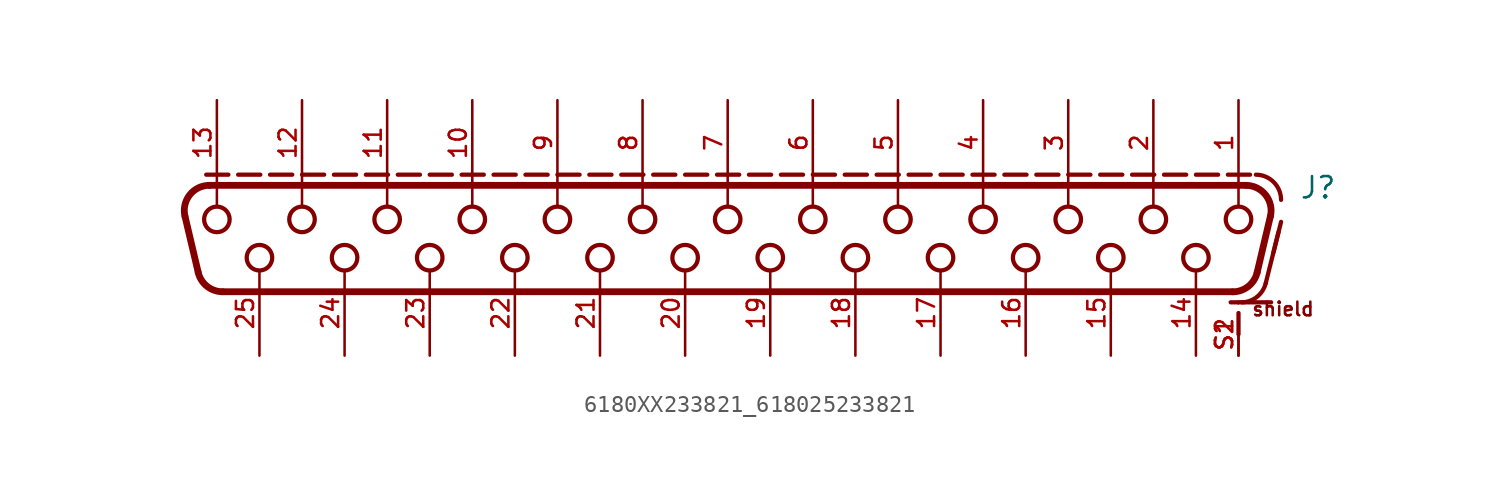
<source format=kicad_sym>
(kicad_symbol_lib
  (version 20231120)
  (generator "kicad_symbol_editor")
  (generator_version "8.0")
  (symbol "6180XX233821_618025233821"
    (pin_names
      (offset 1.016))
    (property "Reference" "J"
      (at 34.1 1.66 0)
      (effects (font (size 1.27 1.27)) (justify left bottom)))
    (symbol "6180XX233821_618025233821_0_0"
      (arc (start -31.5929 -2.6548) (mid -31.0669 -3.4839) (end -30.1331 -3.81) (stroke (width 0.4064) (type default)) (fill (type none)))
      (arc (start -30.9244 2.54) (mid -32.1006 1.9708) (end -32.3842 0.6952) (stroke (width 0.4064) (type default)) (fill (type none)))
      (circle (center -30.48 0.508) (radius 0.762) (stroke (width 0.254) (type default)) (fill (type none)))
      (circle (center -27.94 -1.778) (radius 0.762) (stroke (width 0.254) (type default)) (fill (type none)))
      (circle (center -25.4 0.508) (radius 0.762) (stroke (width 0.254) (type default)) (fill (type none)))
      (circle (center -22.86 -1.778) (radius 0.762) (stroke (width 0.254) (type default)) (fill (type none)))
      (circle (center -20.32 0.508) (radius 0.762) (stroke (width 0.254) (type default)) (fill (type none)))
      (circle (center -17.78 -1.778) (radius 0.762) (stroke (width 0.254) (type default)) (fill (type none)))
      (circle (center -15.24 0.508) (radius 0.762) (stroke (width 0.254) (type default)) (fill (type none)))
      (circle (center -12.7 -1.778) (radius 0.762) (stroke (width 0.254) (type default)) (fill (type none)))
      (circle (center -10.16 0.508) (radius 0.762) (stroke (width 0.254) (type default)) (fill (type none)))
      (circle (center -7.62 -1.778) (radius 0.762) (stroke (width 0.254) (type default)) (fill (type none)))
      (circle (center -5.08 0.508) (radius 0.762) (stroke (width 0.254) (type default)) (fill (type none)))
      (circle (center -2.54 -1.778) (radius 0.762) (stroke (width 0.254) (type default)) (fill (type none)))
      (polyline (pts (xy -31.593 -2.655) (xy -32.384 0.695)) (stroke (width 0.406) (type default)) (fill (type none)))
      (polyline (pts (xy -31.115 3.175) (xy -29.793 3.175)) (stroke (width 0.254) (type default)) (fill (type none)))
      (polyline (pts (xy -30.924 2.54) (xy 30.924 2.54)) (stroke (width 0.406) (type default)) (fill (type none)))
      (polyline (pts (xy -30.48 2.58) (xy -30.48 1.3)) (stroke (width 0.152) (type default)) (fill (type none)))
      (polyline (pts (xy -29.21 3.175) (xy -27.888 3.175)) (stroke (width 0.254) (type default)) (fill (type none)))
      (polyline (pts (xy -27.305 3.175) (xy -25.983 3.175)) (stroke (width 0.254) (type default)) (fill (type none)))
      (polyline (pts (xy -25.4 2.58) (xy -25.4 1.3)) (stroke (width 0.152) (type default)) (fill (type none)))
      (polyline (pts (xy -25.4 3.175) (xy -24.078 3.175)) (stroke (width 0.254) (type default)) (fill (type none)))
      (polyline (pts (xy -23.495 3.175) (xy -22.173 3.175)) (stroke (width 0.254) (type default)) (fill (type none)))
      (polyline (pts (xy -21.59 3.175) (xy -20.268 3.175)) (stroke (width 0.254) (type default)) (fill (type none)))
      (polyline (pts (xy -20.32 2.58) (xy -20.32 1.3)) (stroke (width 0.152) (type default)) (fill (type none)))
      (polyline (pts (xy -19.685 3.175) (xy -18.363 3.175)) (stroke (width 0.254) (type default)) (fill (type none)))
      (polyline (pts (xy -17.78 3.175) (xy -16.458 3.175)) (stroke (width 0.254) (type default)) (fill (type none)))
      (polyline (pts (xy -15.875 3.175) (xy -14.553 3.175)) (stroke (width 0.254) (type default)) (fill (type none)))
      (polyline (pts (xy -15.24 2.58) (xy -15.24 1.3)) (stroke (width 0.152) (type default)) (fill (type none)))
      (polyline (pts (xy -13.97 3.175) (xy -12.648 3.175)) (stroke (width 0.254) (type default)) (fill (type none)))
      (polyline (pts (xy -12.065 3.175) (xy -10.743 3.175)) (stroke (width 0.254) (type default)) (fill (type none)))
      (polyline (pts (xy -10.16 2.58) (xy -10.16 1.3)) (stroke (width 0.152) (type default)) (fill (type none)))
      (polyline (pts (xy -10.16 3.175) (xy -8.838 3.175)) (stroke (width 0.254) (type default)) (fill (type none)))
      (polyline (pts (xy -8.255 3.175) (xy -6.933 3.175)) (stroke (width 0.254) (type default)) (fill (type none)))
      (polyline (pts (xy -6.35 3.175) (xy -5.028 3.175)) (stroke (width 0.254) (type default)) (fill (type none)))
      (polyline (pts (xy -5.08 2.58) (xy -5.08 1.3)) (stroke (width 0.152) (type default)) (fill (type none)))
      (polyline (pts (xy -4.445 3.175) (xy -3.123 3.175)) (stroke (width 0.254) (type default)) (fill (type none)))
      (polyline (pts (xy -2.54 3.175) (xy -1.218 3.175)) (stroke (width 0.254) (type default)) (fill (type none)))
      (polyline (pts (xy -0.635 3.175) (xy 0.687 3.175)) (stroke (width 0.254) (type default)) (fill (type none)))
      (polyline (pts (xy 0 2.58) (xy 0 1.3)) (stroke (width 0.152) (type default)) (fill (type none)))
      (polyline (pts (xy 1.27 3.175) (xy 2.592 3.175)) (stroke (width 0.254) (type default)) (fill (type none)))
      (polyline (pts (xy 3.175 3.175) (xy 4.497 3.175)) (stroke (width 0.254) (type default)) (fill (type none)))
      (polyline (pts (xy 5.08 2.58) (xy 5.08 1.3)) (stroke (width 0.152) (type default)) (fill (type none)))
      (polyline (pts (xy 5.08 3.175) (xy 6.402 3.175)) (stroke (width 0.254) (type default)) (fill (type none)))
      (polyline (pts (xy 6.985 3.175) (xy 8.307 3.175)) (stroke (width 0.254) (type default)) (fill (type none)))
      (polyline (pts (xy 8.89 3.175) (xy 10.212 3.175)) (stroke (width 0.254) (type default)) (fill (type none)))
      (polyline (pts (xy 10.16 2.58) (xy 10.16 1.3)) (stroke (width 0.152) (type default)) (fill (type none)))
      (polyline (pts (xy 10.795 3.175) (xy 12.117 3.175)) (stroke (width 0.254) (type default)) (fill (type none)))
      (polyline (pts (xy 12.7 3.175) (xy 14.022 3.175)) (stroke (width 0.254) (type default)) (fill (type none)))
      (polyline (pts (xy 14.605 3.175) (xy 15.927 3.175)) (stroke (width 0.254) (type default)) (fill (type none)))
      (polyline (pts (xy 15.24 2.58) (xy 15.24 1.3)) (stroke (width 0.152) (type default)) (fill (type none)))
      (polyline (pts (xy 16.51 3.175) (xy 17.832 3.175)) (stroke (width 0.254) (type default)) (fill (type none)))
      (polyline (pts (xy 18.415 3.175) (xy 19.737 3.175)) (stroke (width 0.254) (type default)) (fill (type none)))
      (polyline (pts (xy 20.32 2.58) (xy 20.32 1.3)) (stroke (width 0.152) (type default)) (fill (type none)))
      (polyline (pts (xy 20.32 3.175) (xy 21.642 3.175)) (stroke (width 0.254) (type default)) (fill (type none)))
      (polyline (pts (xy 22.225 3.175) (xy 23.547 3.175)) (stroke (width 0.254) (type default)) (fill (type none)))
      (polyline (pts (xy 24.13 3.175) (xy 25.452 3.175)) (stroke (width 0.254) (type default)) (fill (type none)))
      (polyline (pts (xy 25.4 2.58) (xy 25.4 1.3)) (stroke (width 0.152) (type default)) (fill (type none)))
      (polyline (pts (xy 26.035 3.175) (xy 27.357 3.175)) (stroke (width 0.254) (type default)) (fill (type none)))
      (polyline (pts (xy 27.94 3.175) (xy 29.262 3.175)) (stroke (width 0.254) (type default)) (fill (type none)))
      (polyline (pts (xy 29.845 3.175) (xy 31.167 3.175)) (stroke (width 0.254) (type default)) (fill (type none)))
      (polyline (pts (xy 30.133 -3.81) (xy -30.133 -3.81)) (stroke (width 0.406) (type default)) (fill (type none)))
      (polyline (pts (xy 30.48 -6.35) (xy 30.48 -5.08)) (stroke (width 0.254) (type default)) (fill (type none)))
      (polyline (pts (xy 30.48 -4.445) (xy 30.48 -4.445)) (stroke (width 0.254) (type default)) (fill (type none)))
      (polyline (pts (xy 30.48 2.58) (xy 30.48 1.3)) (stroke (width 0.152) (type default)) (fill (type none)))
      (polyline (pts (xy 30.52 -4.44) (xy 30.014 -4.44)) (stroke (width 0.254) (type default)) (fill (type none)))
      (polyline (pts (xy 32.104 -3.304) (xy 32.866 -0.256)) (stroke (width 0.254) (type default)) (fill (type none)))
      (polyline (pts (xy 32.384 0.695) (xy 31.593 -2.655)) (stroke (width 0.406) (type default)) (fill (type none)))
      (polyline (pts (xy 32.425 -4.44) (xy 30.649 -4.44)) (stroke (width 0.254) (type default)) (fill (type none)))
      (polyline (pts (xy 32.566 -1.456) (xy 33.02 0.36)) (stroke (width 0.254) (type default)) (fill (type none)))
      (circle (center 0 0.508) (radius 0.762) (stroke (width 0.254) (type default)) (fill (type none)))
      (circle (center 2.54 -1.778) (radius 0.762) (stroke (width 0.254) (type default)) (fill (type none)))
      (circle (center 5.08 0.508) (radius 0.762) (stroke (width 0.254) (type default)) (fill (type none)))
      (circle (center 7.62 -1.778) (radius 0.762) (stroke (width 0.254) (type default)) (fill (type none)))
      (circle (center 10.16 0.508) (radius 0.762) (stroke (width 0.254) (type default)) (fill (type none)))
      (circle (center 12.7 -1.778) (radius 0.762) (stroke (width 0.254) (type default)) (fill (type none)))
      (circle (center 15.24 0.508) (radius 0.762) (stroke (width 0.254) (type default)) (fill (type none)))
      (circle (center 17.78 -1.778) (radius 0.762) (stroke (width 0.254) (type default)) (fill (type none)))
      (circle (center 20.32 0.508) (radius 0.762) (stroke (width 0.254) (type default)) (fill (type none)))
      (circle (center 22.86 -1.778) (radius 0.762) (stroke (width 0.254) (type default)) (fill (type none)))
      (circle (center 25.4 0.508) (radius 0.762) (stroke (width 0.254) (type default)) (fill (type none)))
      (circle (center 27.94 -1.778) (radius 0.762) (stroke (width 0.254) (type default)) (fill (type none)))
      (arc (start 30.1331 -3.81) (mid 31.0609 -3.4886) (end 31.5929 -2.6548) (stroke (width 0.4064) (type default)) (fill (type none)))
      (circle (center 30.48 0.508) (radius 0.762) (stroke (width 0.254) (type default)) (fill (type none)))
      (arc (start 30.6488 -4.44) (mid 31.5725 -4.1228) (end 32.1041 -3.3038) (stroke (width 0.254) (type default)) (fill (type none)))
      (arc (start 32.3842 0.6952) (mid 32.0983 1.9738) (end 30.9244 2.54) (stroke (width 0.4064) (type default)) (fill (type none)))
      (arc (start 33.02 1.675) (mid 32.5807 2.7357) (end 31.52 3.175) (stroke (width 0.254) (type default)) (fill (type none)))
      (text "shield" (at 31.22 -5.32 0) (effects (font (size 0.813 0.813)) (justify left bottom)))
      (pin bidirectional line (at 30.48 7.62 270) (length 5.08) (name "~" (effects (font (size 1.016 1.016)))) (number "1" (effects (font (size 1.016 1.016)))))
      (pin bidirectional line (at -15.24 7.62 270) (length 5.08) (name "~" (effects (font (size 1.016 1.016)))) (number "10" (effects (font (size 1.016 1.016)))))
      (pin bidirectional line (at -20.32 7.62 270) (length 5.08) (name "~" (effects (font (size 1.016 1.016)))) (number "11" (effects (font (size 1.016 1.016)))))
      (pin bidirectional line (at -25.4 7.62 270) (length 5.08) (name "~" (effects (font (size 1.016 1.016)))) (number "12" (effects (font (size 1.016 1.016)))))
      (pin bidirectional line (at -30.48 7.62 270) (length 5.08) (name "~" (effects (font (size 1.016 1.016)))) (number "13" (effects (font (size 1.016 1.016)))))
      (pin bidirectional line (at 27.94 -7.62 90) (length 5.08) (name "~" (effects (font (size 1.016 1.016)))) (number "14" (effects (font (size 1.016 1.016)))))
      (pin bidirectional line (at 22.86 -7.62 90) (length 5.08) (name "~" (effects (font (size 1.016 1.016)))) (number "15" (effects (font (size 1.016 1.016)))))
      (pin bidirectional line (at 17.78 -7.62 90) (length 5.08) (name "~" (effects (font (size 1.016 1.016)))) (number "16" (effects (font (size 1.016 1.016)))))
      (pin bidirectional line (at 12.7 -7.62 90) (length 5.08) (name "~" (effects (font (size 1.016 1.016)))) (number "17" (effects (font (size 1.016 1.016)))))
      (pin bidirectional line (at 7.62 -7.62 90) (length 5.08) (name "~" (effects (font (size 1.016 1.016)))) (number "18" (effects (font (size 1.016 1.016)))))
      (pin bidirectional line (at 2.54 -7.62 90) (length 5.08) (name "~" (effects (font (size 1.016 1.016)))) (number "19" (effects (font (size 1.016 1.016)))))
      (pin bidirectional line (at 25.4 7.62 270) (length 5.08) (name "~" (effects (font (size 1.016 1.016)))) (number "2" (effects (font (size 1.016 1.016)))))
      (pin bidirectional line (at -2.54 -7.62 90) (length 5.08) (name "~" (effects (font (size 1.016 1.016)))) (number "20" (effects (font (size 1.016 1.016)))))
      (pin bidirectional line (at -7.62 -7.62 90) (length 5.08) (name "~" (effects (font (size 1.016 1.016)))) (number "21" (effects (font (size 1.016 1.016)))))
      (pin bidirectional line (at -12.7 -7.62 90) (length 5.08) (name "~" (effects (font (size 1.016 1.016)))) (number "22" (effects (font (size 1.016 1.016)))))
      (pin bidirectional line (at -17.78 -7.62 90) (length 5.08) (name "~" (effects (font (size 1.016 1.016)))) (number "23" (effects (font (size 1.016 1.016)))))
      (pin bidirectional line (at -22.86 -7.62 90) (length 5.08) (name "~" (effects (font (size 1.016 1.016)))) (number "24" (effects (font (size 1.016 1.016)))))
      (pin bidirectional line (at -27.94 -7.62 90) (length 5.08) (name "~" (effects (font (size 1.016 1.016)))) (number "25" (effects (font (size 1.016 1.016)))))
      (pin bidirectional line (at 20.32 7.62 270) (length 5.08) (name "~" (effects (font (size 1.016 1.016)))) (number "3" (effects (font (size 1.016 1.016)))))
      (pin bidirectional line (at 15.24 7.62 270) (length 5.08) (name "~" (effects (font (size 1.016 1.016)))) (number "4" (effects (font (size 1.016 1.016)))))
      (pin bidirectional line (at 10.16 7.62 270) (length 5.08) (name "~" (effects (font (size 1.016 1.016)))) (number "5" (effects (font (size 1.016 1.016)))))
      (pin bidirectional line (at 5.08 7.62 270) (length 5.08) (name "~" (effects (font (size 1.016 1.016)))) (number "6" (effects (font (size 1.016 1.016)))))
      (pin bidirectional line (at 0 7.62 270) (length 5.08) (name "~" (effects (font (size 1.016 1.016)))) (number "7" (effects (font (size 1.016 1.016)))))
      (pin bidirectional line (at -5.08 7.62 270) (length 5.08) (name "~" (effects (font (size 1.016 1.016)))) (number "8" (effects (font (size 1.016 1.016)))))
      (pin bidirectional line (at -10.16 7.62 270) (length 5.08) (name "~" (effects (font (size 1.016 1.016)))) (number "9" (effects (font (size 1.016 1.016)))))
      (pin bidirectional line (at 30.48 -7.62 90) (length 2.54) (name "~" (effects (font (size 1.016 1.016)))) (number "S1" (effects (font (size 1.016 1.016)))))
      (pin bidirectional line (at 30.48 -7.62 90) (length 2.54) (name "~" (effects (font (size 1.016 1.016)))) (number "S2" (effects (font (size 1.016 1.016))))))))
</source>
